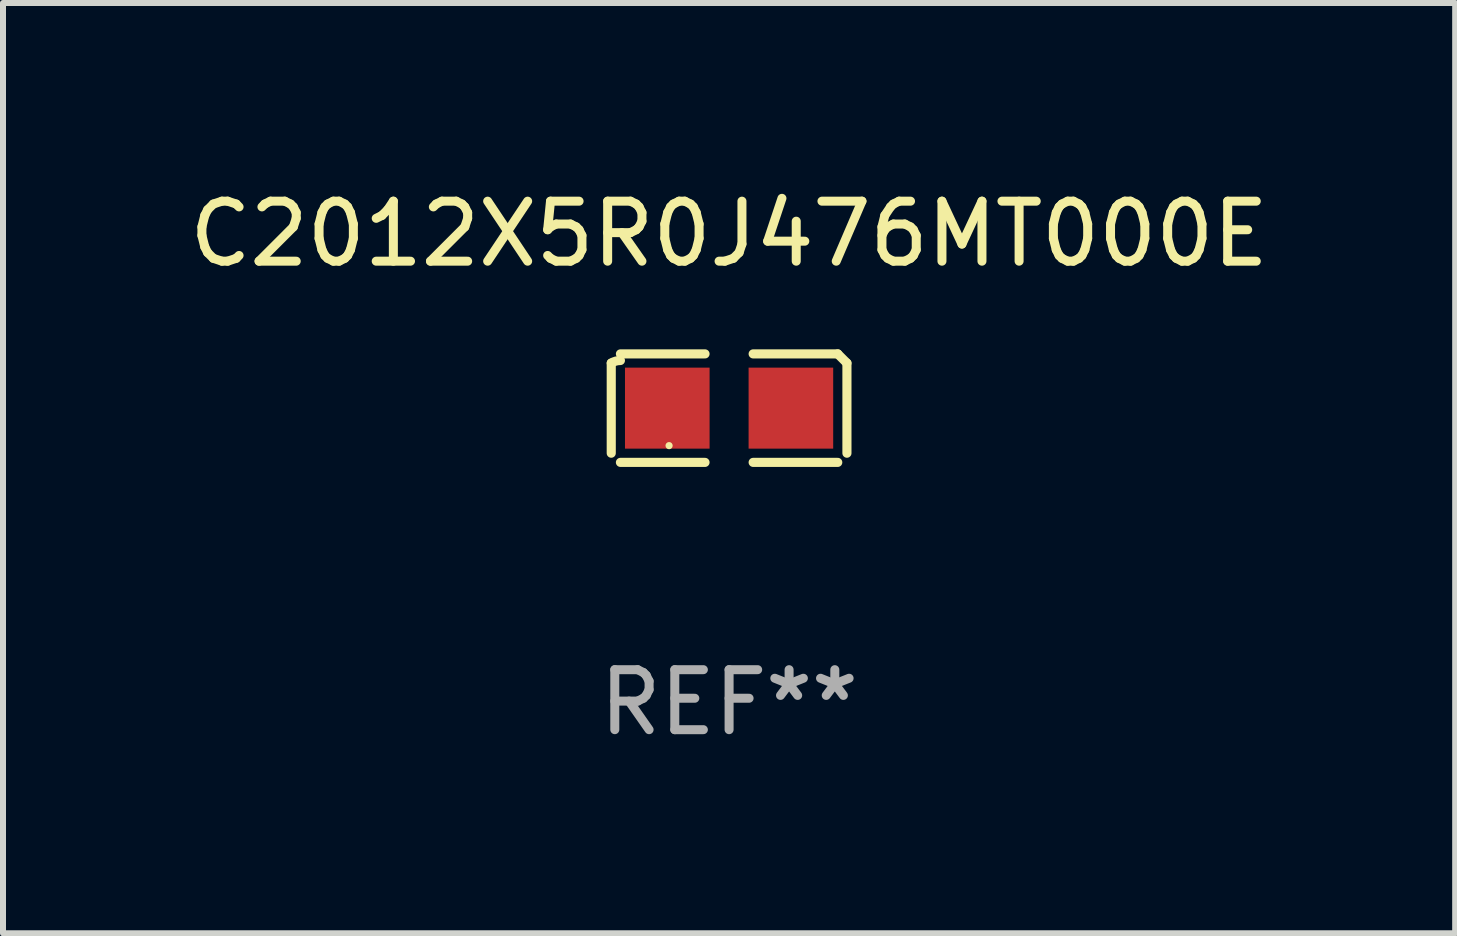
<source format=kicad_pcb>
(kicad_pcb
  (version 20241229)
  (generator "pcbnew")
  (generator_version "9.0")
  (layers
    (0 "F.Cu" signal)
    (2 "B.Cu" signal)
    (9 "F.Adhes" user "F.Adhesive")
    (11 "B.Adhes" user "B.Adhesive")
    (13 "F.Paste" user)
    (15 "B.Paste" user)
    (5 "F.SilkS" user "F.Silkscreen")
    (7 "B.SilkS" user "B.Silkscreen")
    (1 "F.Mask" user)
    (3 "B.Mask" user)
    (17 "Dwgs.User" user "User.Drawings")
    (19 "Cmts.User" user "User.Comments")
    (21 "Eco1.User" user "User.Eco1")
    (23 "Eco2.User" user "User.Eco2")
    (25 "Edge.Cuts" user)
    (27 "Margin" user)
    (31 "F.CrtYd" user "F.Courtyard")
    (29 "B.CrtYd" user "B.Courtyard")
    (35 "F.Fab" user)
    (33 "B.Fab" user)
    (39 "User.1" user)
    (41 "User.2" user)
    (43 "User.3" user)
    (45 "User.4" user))
  (footprint "C2012X5R0J476MT000E"
    (layer "F.Cu")
    (at 9.101 3.752)
    (property "Reference" "C2012X5R0J476MT000E" (at 0 -2.904 0) (layer "F.SilkS") (effects (font (size 1 1) (thickness 0.15))))
    (attr through_hole)
    (fp_line (start -1.964 0.751) (end -1.964 -0.751) (stroke (width 0.152) (type solid)) (layer "F.SilkS"))
    (fp_line (start -1.811 -0.904) (end -0.401 -0.904) (stroke (width 0.152) (type solid)) (layer "F.SilkS"))
    (fp_line (start -0.401 0.904) (end -1.811 0.904) (stroke (width 0.152) (type solid)) (layer "F.SilkS"))
    (fp_line (start 0.401 0.904) (end 1.811 0.904) (stroke (width 0.152) (type solid)) (layer "F.SilkS"))
    (fp_line (start 1.811 -0.904) (end 0.401 -0.904) (stroke (width 0.152) (type solid)) (layer "F.SilkS"))
    (fp_line (start 1.964 0.751) (end 1.964 -0.751) (stroke (width 0.152) (type solid)) (layer "F.SilkS"))
    (fp_arc (start -1.963602 -0.751207) (mid -1.890354 -0.783131) (end -1.811201 -0.794044) (stroke (width 0.1524) (type solid)) (layer "F.SilkS"))
    (fp_arc (start 1.811202 -0.903607) (mid 1.887413 -0.827418) (end 1.963602 -0.751207) (stroke (width 0.1524) (type solid)) (layer "F.SilkS"))
    (fp_circle (center -1 0.625) (end -0.97 0.625) (stroke (width 0.06) (type solid)) (fill no) (layer "F.SilkS"))
    (fp_text user "REF**" (at 0 4.904 0) (layer "F.Fab") (effects (font (size 1 1) (thickness 0.15))))
    (pad "1" smd rect (at -1.03 0) (size 1.41 1.35) (layers "F.Cu" "F.Mask" "F.Paste"))
    (pad "2" smd rect (at 1.03 0) (size 1.41 1.35) (layers "F.Cu" "F.Mask" "F.Paste")))
  (gr_rect
    (start -3 -3)
    (end 21.202 12.504)
    (stroke (width 0.1) (type default))
    (fill no)
    (layer "Edge.Cuts")))
</source>
